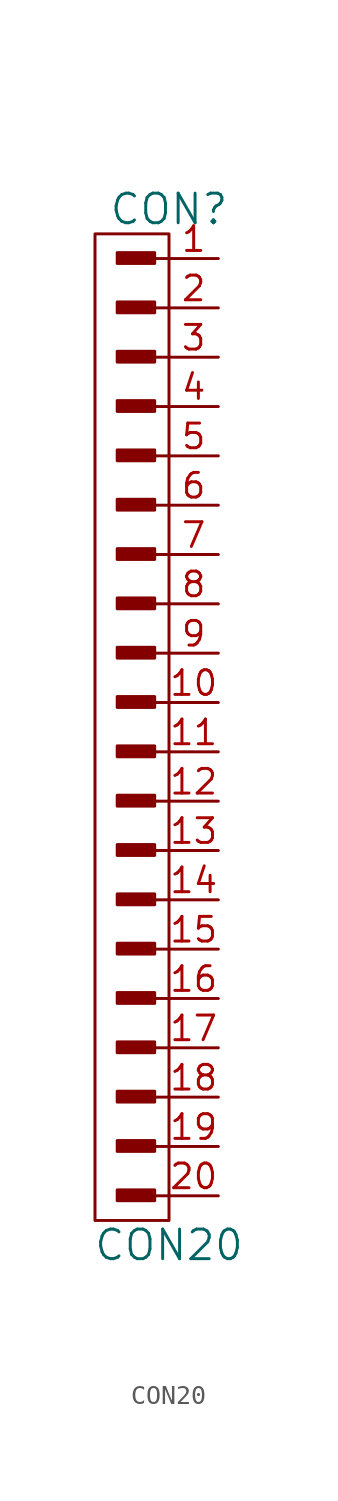
<source format=kicad_sym>
(kicad_symbol_lib
  (version 20211014)
  (generator kicad_symbol_editor)
  (symbol "CON20"
    (pin_names
      (offset 1.016))
    (property "Reference" "CON"
      (at 0 25.4 0)
      (effects (font (size 1.524 1.524))))
    (property "Value" "CON20"
      (at 0 -27.94 0)
      (effects (font (size 1.524 1.524))))
    (property "Footprint" ""
      (at -1.905 21.59 0)
      (effects (font (size 1.524 1.524))))
    (property "Datasheet" ""
      (at -1.905 21.59 0)
      (effects (font (size 1.524 1.524))))
    (symbol "CON20_0_0"
      (rectangle (start -2.642 -25.552) (end -0.864 -25.197) (stroke (width 0) (type default) (color 0 0 0 0)) (fill (type none)))
      (rectangle (start -2.642 -20.472) (end -0.864 -20.117) (stroke (width 0) (type default) (color 0 0 0 0)) (fill (type none)))
      (rectangle (start -2.642 -17.932) (end -0.864 -17.577) (stroke (width 0) (type default) (color 0 0 0 0)) (fill (type none)))
      (rectangle (start -2.642 -15.392) (end -0.864 -15.037) (stroke (width 0) (type default) (color 0 0 0 0)) (fill (type none)))
      (rectangle (start -2.642 -12.852) (end -0.864 -12.497) (stroke (width 0) (type default) (color 0 0 0 0)) (fill (type none)))
      (rectangle (start -2.642 -10.312) (end -0.864 -9.957) (stroke (width 0) (type default) (color 0 0 0 0)) (fill (type none)))
      (rectangle (start -2.642 -7.772) (end -0.864 -7.417) (stroke (width 0) (type default) (color 0 0 0 0)) (fill (type none)))
      (rectangle (start -2.642 -5.232) (end -0.864 -4.877) (stroke (width 0) (type default) (color 0 0 0 0)) (fill (type none)))
      (rectangle (start -2.642 -0.152) (end -0.864 0.203) (stroke (width 0) (type default) (color 0 0 0 0)) (fill (type none)))
      (rectangle (start -2.642 4.928) (end -0.864 5.283) (stroke (width 0) (type default) (color 0 0 0 0)) (fill (type none)))
      (rectangle (start -2.642 7.468) (end -0.864 7.823) (stroke (width 0) (type default) (color 0 0 0 0)) (fill (type none)))
      (rectangle (start -2.642 10.008) (end -0.864 10.363) (stroke (width 0) (type default) (color 0 0 0 0)) (fill (type none)))
      (rectangle (start -2.642 12.548) (end -0.864 12.903) (stroke (width 0) (type default) (color 0 0 0 0)) (fill (type none)))
      (rectangle (start -2.642 15.088) (end -0.864 15.443) (stroke (width 0) (type default) (color 0 0 0 0)) (fill (type none)))
      (rectangle (start -2.642 17.628) (end -0.864 17.983) (stroke (width 0) (type default) (color 0 0 0 0)) (fill (type none)))
      (rectangle (start -2.642 20.168) (end -0.864 20.523) (stroke (width 0) (type default) (color 0 0 0 0)) (fill (type none)))
      (rectangle (start -2.616 -25.451) (end -0.965 -25.349) (stroke (width 0) (type default) (color 0 0 0 0)) (fill (type none)))
      (rectangle (start -2.616 -23.012) (end -0.838 -22.657) (stroke (width 0) (type default) (color 0 0 0 0)) (fill (type none)))
      (rectangle (start -2.616 -20.371) (end -0.965 -20.269) (stroke (width 0) (type default) (color 0 0 0 0)) (fill (type none)))
      (rectangle (start -2.616 -17.831) (end -0.965 -17.729) (stroke (width 0) (type default) (color 0 0 0 0)) (fill (type none)))
      (rectangle (start -2.616 -15.291) (end -0.965 -15.189) (stroke (width 0) (type default) (color 0 0 0 0)) (fill (type none)))
      (rectangle (start -2.616 -12.751) (end -0.965 -12.649) (stroke (width 0) (type default) (color 0 0 0 0)) (fill (type none)))
      (rectangle (start -2.616 -10.211) (end -0.965 -10.109) (stroke (width 0) (type default) (color 0 0 0 0)) (fill (type none)))
      (rectangle (start -2.616 -7.671) (end -0.965 -7.569) (stroke (width 0) (type default) (color 0 0 0 0)) (fill (type none)))
      (rectangle (start -2.616 -5.131) (end -0.965 -5.029) (stroke (width 0) (type default) (color 0 0 0 0)) (fill (type none)))
      (rectangle (start -2.616 -2.692) (end -0.838 -2.337) (stroke (width 0) (type default) (color 0 0 0 0)) (fill (type none)))
      (rectangle (start -2.616 -0.051) (end -0.965 0.051) (stroke (width 0) (type default) (color 0 0 0 0)) (fill (type none)))
      (rectangle (start -2.616 2.388) (end -0.838 2.743) (stroke (width 0) (type default) (color 0 0 0 0)) (fill (type none)))
      (rectangle (start -2.616 5.029) (end -0.965 5.131) (stroke (width 0) (type default) (color 0 0 0 0)) (fill (type none)))
      (rectangle (start -2.616 7.569) (end -0.965 7.671) (stroke (width 0) (type default) (color 0 0 0 0)) (fill (type none)))
      (rectangle (start -2.616 10.109) (end -0.965 10.211) (stroke (width 0) (type default) (color 0 0 0 0)) (fill (type none)))
      (rectangle (start -2.616 12.649) (end -0.965 12.751) (stroke (width 0) (type default) (color 0 0 0 0)) (fill (type none)))
      (rectangle (start -2.616 15.189) (end -0.965 15.291) (stroke (width 0) (type default) (color 0 0 0 0)) (fill (type none)))
      (rectangle (start -2.616 17.729) (end -0.965 17.831) (stroke (width 0) (type default) (color 0 0 0 0)) (fill (type none)))
      (rectangle (start -2.616 20.269) (end -0.965 20.371) (stroke (width 0) (type default) (color 0 0 0 0)) (fill (type none)))
      (rectangle (start -2.616 22.708) (end -0.838 23.063) (stroke (width 0) (type default) (color 0 0 0 0)) (fill (type none)))
      (rectangle (start -2.591 -22.885) (end -0.94 -22.784) (stroke (width 0) (type default) (color 0 0 0 0)) (fill (type none)))
      (rectangle (start -2.591 -2.565) (end -0.94 -2.464) (stroke (width 0) (type default) (color 0 0 0 0)) (fill (type none)))
      (rectangle (start -2.591 2.515) (end -0.94 2.616) (stroke (width 0) (type default) (color 0 0 0 0)) (fill (type none)))
      (rectangle (start -2.591 22.835) (end -0.94 22.936) (stroke (width 0) (type default) (color 0 0 0 0)) (fill (type none)))
      (rectangle (start -0.965 -25.273) (end -2.642 -25.476) (stroke (width 0) (type default) (color 0 0 0 0)) (fill (type none)))
      (rectangle (start -0.965 -20.193) (end -2.642 -20.396) (stroke (width 0) (type default) (color 0 0 0 0)) (fill (type none)))
      (rectangle (start -0.965 -17.653) (end -2.642 -17.856) (stroke (width 0) (type default) (color 0 0 0 0)) (fill (type none)))
      (rectangle (start -0.965 -15.113) (end -2.642 -15.316) (stroke (width 0) (type default) (color 0 0 0 0)) (fill (type none)))
      (rectangle (start -0.965 -12.573) (end -2.642 -12.776) (stroke (width 0) (type default) (color 0 0 0 0)) (fill (type none)))
      (rectangle (start -0.965 -10.033) (end -2.642 -10.236) (stroke (width 0) (type default) (color 0 0 0 0)) (fill (type none)))
      (rectangle (start -0.965 -7.493) (end -2.642 -7.696) (stroke (width 0) (type default) (color 0 0 0 0)) (fill (type none)))
      (rectangle (start -0.965 -4.953) (end -2.642 -5.156) (stroke (width 0) (type default) (color 0 0 0 0)) (fill (type none)))
      (rectangle (start -0.965 0.127) (end -2.642 -0.076) (stroke (width 0) (type default) (color 0 0 0 0)) (fill (type none)))
      (rectangle (start -0.965 5.207) (end -2.642 5.004) (stroke (width 0) (type default) (color 0 0 0 0)) (fill (type none)))
      (rectangle (start -0.965 7.747) (end -2.642 7.544) (stroke (width 0) (type default) (color 0 0 0 0)) (fill (type none)))
      (rectangle (start -0.965 10.287) (end -2.642 10.084) (stroke (width 0) (type default) (color 0 0 0 0)) (fill (type none)))
      (rectangle (start -0.965 12.827) (end -2.642 12.624) (stroke (width 0) (type default) (color 0 0 0 0)) (fill (type none)))
      (rectangle (start -0.965 15.367) (end -2.642 15.164) (stroke (width 0) (type default) (color 0 0 0 0)) (fill (type none)))
      (rectangle (start -0.965 17.907) (end -2.642 17.704) (stroke (width 0) (type default) (color 0 0 0 0)) (fill (type none)))
      (rectangle (start -0.965 20.447) (end -2.642 20.244) (stroke (width 0) (type default) (color 0 0 0 0)) (fill (type none)))
      (rectangle (start -0.864 -22.758) (end -2.54 -22.962) (stroke (width 0) (type default) (color 0 0 0 0)) (fill (type none)))
      (rectangle (start -0.864 -2.438) (end -2.54 -2.642) (stroke (width 0) (type default) (color 0 0 0 0)) (fill (type none)))
      (rectangle (start -0.864 2.642) (end -2.54 2.438) (stroke (width 0) (type default) (color 0 0 0 0)) (fill (type none)))
      (rectangle (start -0.864 22.962) (end -2.54 22.758) (stroke (width 0) (type default) (color 0 0 0 0)) (fill (type none)))
      (rectangle (start -0.737 -25.095) (end -2.667 -25.654) (stroke (width 0) (type default) (color 0 0 0 0)) (fill (type none)))
      (rectangle (start -0.737 -22.555) (end -2.667 -23.114) (stroke (width 0) (type default) (color 0 0 0 0)) (fill (type none)))
      (rectangle (start -0.737 -20.015) (end -2.667 -20.574) (stroke (width 0) (type default) (color 0 0 0 0)) (fill (type none)))
      (rectangle (start -0.737 -17.475) (end -2.667 -18.034) (stroke (width 0) (type default) (color 0 0 0 0)) (fill (type none)))
      (rectangle (start -0.737 -14.935) (end -2.667 -15.494) (stroke (width 0) (type default) (color 0 0 0 0)) (fill (type none)))
      (rectangle (start -0.737 -12.395) (end -2.667 -12.954) (stroke (width 0) (type default) (color 0 0 0 0)) (fill (type none)))
      (rectangle (start -0.737 -9.855) (end -2.667 -10.414) (stroke (width 0) (type default) (color 0 0 0 0)) (fill (type none)))
      (rectangle (start -0.737 -7.315) (end -2.667 -7.874) (stroke (width 0) (type default) (color 0 0 0 0)) (fill (type none)))
      (rectangle (start -0.737 -4.775) (end -2.667 -5.334) (stroke (width 0) (type default) (color 0 0 0 0)) (fill (type none)))
      (rectangle (start -0.737 -2.235) (end -2.667 -2.794) (stroke (width 0) (type default) (color 0 0 0 0)) (fill (type none)))
      (rectangle (start -0.737 0.305) (end -2.667 -0.254) (stroke (width 0) (type default) (color 0 0 0 0)) (fill (type none)))
      (rectangle (start -0.737 2.845) (end -2.667 2.286) (stroke (width 0) (type default) (color 0 0 0 0)) (fill (type none)))
      (rectangle (start -0.737 5.385) (end -2.667 4.826) (stroke (width 0) (type default) (color 0 0 0 0)) (fill (type none)))
      (rectangle (start -0.737 7.925) (end -2.667 7.366) (stroke (width 0) (type default) (color 0 0 0 0)) (fill (type none)))
      (rectangle (start -0.737 10.465) (end -2.667 9.906) (stroke (width 0) (type default) (color 0 0 0 0)) (fill (type none)))
      (rectangle (start -0.737 13.005) (end -2.667 12.446) (stroke (width 0) (type default) (color 0 0 0 0)) (fill (type none)))
      (rectangle (start -0.737 15.545) (end -2.667 14.986) (stroke (width 0) (type default) (color 0 0 0 0)) (fill (type none)))
      (rectangle (start -0.737 18.085) (end -2.667 17.526) (stroke (width 0) (type default) (color 0 0 0 0)) (fill (type none)))
      (rectangle (start -0.737 20.625) (end -2.667 20.066) (stroke (width 0) (type default) (color 0 0 0 0)) (fill (type none)))
      (rectangle (start -0.737 23.165) (end -2.667 22.606) (stroke (width 0) (type default) (color 0 0 0 0)) (fill (type none)))
      (polyline (pts (xy 0 -25.4) (xy -0.762 -25.4)) (stroke (width 0) (type default) (color 0 0 0 0)) (fill (type none)))
      (polyline (pts (xy 0 -22.86) (xy -0.762 -22.86)) (stroke (width 0) (type default) (color 0 0 0 0)) (fill (type none)))
      (polyline (pts (xy 0 -20.32) (xy -0.762 -20.32)) (stroke (width 0) (type default) (color 0 0 0 0)) (fill (type none)))
      (polyline (pts (xy 0 -17.78) (xy -0.762 -17.78)) (stroke (width 0) (type default) (color 0 0 0 0)) (fill (type none)))
      (polyline (pts (xy 0 -15.24) (xy -0.762 -15.24)) (stroke (width 0) (type default) (color 0 0 0 0)) (fill (type none)))
      (polyline (pts (xy 0 -12.7) (xy -0.762 -12.7)) (stroke (width 0) (type default) (color 0 0 0 0)) (fill (type none)))
      (polyline (pts (xy 0 -10.16) (xy -0.762 -10.16)) (stroke (width 0) (type default) (color 0 0 0 0)) (fill (type none)))
      (polyline (pts (xy 0 -7.62) (xy -0.762 -7.62)) (stroke (width 0) (type default) (color 0 0 0 0)) (fill (type none)))
      (polyline (pts (xy 0 -5.08) (xy -0.762 -5.08)) (stroke (width 0) (type default) (color 0 0 0 0)) (fill (type none)))
      (polyline (pts (xy 0 -2.54) (xy -0.762 -2.54)) (stroke (width 0) (type default) (color 0 0 0 0)) (fill (type none)))
      (polyline (pts (xy 0 0) (xy -0.762 0)) (stroke (width 0) (type default) (color 0 0 0 0)) (fill (type none)))
      (polyline (pts (xy 0 2.54) (xy -0.762 2.54)) (stroke (width 0) (type default) (color 0 0 0 0)) (fill (type none)))
      (polyline (pts (xy 0 5.08) (xy -0.762 5.08)) (stroke (width 0) (type default) (color 0 0 0 0)) (fill (type none)))
      (polyline (pts (xy 0 7.62) (xy -0.762 7.62)) (stroke (width 0) (type default) (color 0 0 0 0)) (fill (type none)))
      (polyline (pts (xy 0 10.16) (xy -0.762 10.16)) (stroke (width 0) (type default) (color 0 0 0 0)) (fill (type none)))
      (polyline (pts (xy 0 12.7) (xy -0.762 12.7)) (stroke (width 0) (type default) (color 0 0 0 0)) (fill (type none)))
      (polyline (pts (xy 0 15.24) (xy -0.762 15.24)) (stroke (width 0) (type default) (color 0 0 0 0)) (fill (type none)))
      (polyline (pts (xy 0 17.78) (xy -0.762 17.78)) (stroke (width 0) (type default) (color 0 0 0 0)) (fill (type none)))
      (polyline (pts (xy 0 20.32) (xy -0.762 20.32)) (stroke (width 0) (type default) (color 0 0 0 0)) (fill (type none)))
      (polyline (pts (xy 0 22.86) (xy -0.762 22.86)) (stroke (width 0) (type default) (color 0 0 0 0)) (fill (type none))))
    (symbol "CON20_0_1"
      (rectangle (start 0 -26.67) (end -3.81 24.13) (stroke (width 0) (type default) (color 0 0 0 0)) (fill (type none))))
    (symbol "CON20_1_1"
      (pin passive line (at 2.54 22.86 180) (length 2.54) (name "~" (effects (font (size 1.27 1.27)))) (number "1" (effects (font (size 1.27 1.27)))))
      (pin passive line (at 2.54 0 180) (length 2.54) (name "~" (effects (font (size 1.27 1.27)))) (number "10" (effects (font (size 1.27 1.27)))))
      (pin passive line (at 2.54 -2.54 180) (length 2.54) (name "~" (effects (font (size 1.27 1.27)))) (number "11" (effects (font (size 1.27 1.27)))))
      (pin passive line (at 2.54 -5.08 180) (length 2.54) (name "~" (effects (font (size 1.27 1.27)))) (number "12" (effects (font (size 1.27 1.27)))))
      (pin passive line (at 2.54 -7.62 180) (length 2.54) (name "~" (effects (font (size 1.27 1.27)))) (number "13" (effects (font (size 1.27 1.27)))))
      (pin passive line (at 2.54 -10.16 180) (length 2.54) (name "~" (effects (font (size 1.27 1.27)))) (number "14" (effects (font (size 1.27 1.27)))))
      (pin passive line (at 2.54 -12.7 180) (length 2.54) (name "~" (effects (font (size 1.27 1.27)))) (number "15" (effects (font (size 1.27 1.27)))))
      (pin passive line (at 2.54 -15.24 180) (length 2.54) (name "~" (effects (font (size 1.27 1.27)))) (number "16" (effects (font (size 1.27 1.27)))))
      (pin passive line (at 2.54 -17.78 180) (length 2.54) (name "~" (effects (font (size 1.27 1.27)))) (number "17" (effects (font (size 1.27 1.27)))))
      (pin passive line (at 2.54 -20.32 180) (length 2.54) (name "~" (effects (font (size 1.27 1.27)))) (number "18" (effects (font (size 1.27 1.27)))))
      (pin passive line (at 2.54 -22.86 180) (length 2.54) (name "~" (effects (font (size 1.27 1.27)))) (number "19" (effects (font (size 1.27 1.27)))))
      (pin passive line (at 2.54 20.32 180) (length 2.54) (name "~" (effects (font (size 1.27 1.27)))) (number "2" (effects (font (size 1.27 1.27)))))
      (pin passive line (at 2.54 -25.4 180) (length 2.54) (name "~" (effects (font (size 1.27 1.27)))) (number "20" (effects (font (size 1.27 1.27)))))
      (pin passive line (at 2.54 17.78 180) (length 2.54) (name "~" (effects (font (size 1.27 1.27)))) (number "3" (effects (font (size 1.27 1.27)))))
      (pin passive line (at 2.54 15.24 180) (length 2.54) (name "~" (effects (font (size 1.27 1.27)))) (number "4" (effects (font (size 1.27 1.27)))))
      (pin passive line (at 2.54 12.7 180) (length 2.54) (name "~" (effects (font (size 1.27 1.27)))) (number "5" (effects (font (size 1.27 1.27)))))
      (pin passive line (at 2.54 10.16 180) (length 2.54) (name "~" (effects (font (size 1.27 1.27)))) (number "6" (effects (font (size 1.27 1.27)))))
      (pin passive line (at 2.54 7.62 180) (length 2.54) (name "~" (effects (font (size 1.27 1.27)))) (number "7" (effects (font (size 1.27 1.27)))))
      (pin passive line (at 2.54 5.08 180) (length 2.54) (name "~" (effects (font (size 1.27 1.27)))) (number "8" (effects (font (size 1.27 1.27)))))
      (pin passive line (at 2.54 2.54 180) (length 2.54) (name "~" (effects (font (size 1.27 1.27)))) (number "9" (effects (font (size 1.27 1.27))))))))
</source>
